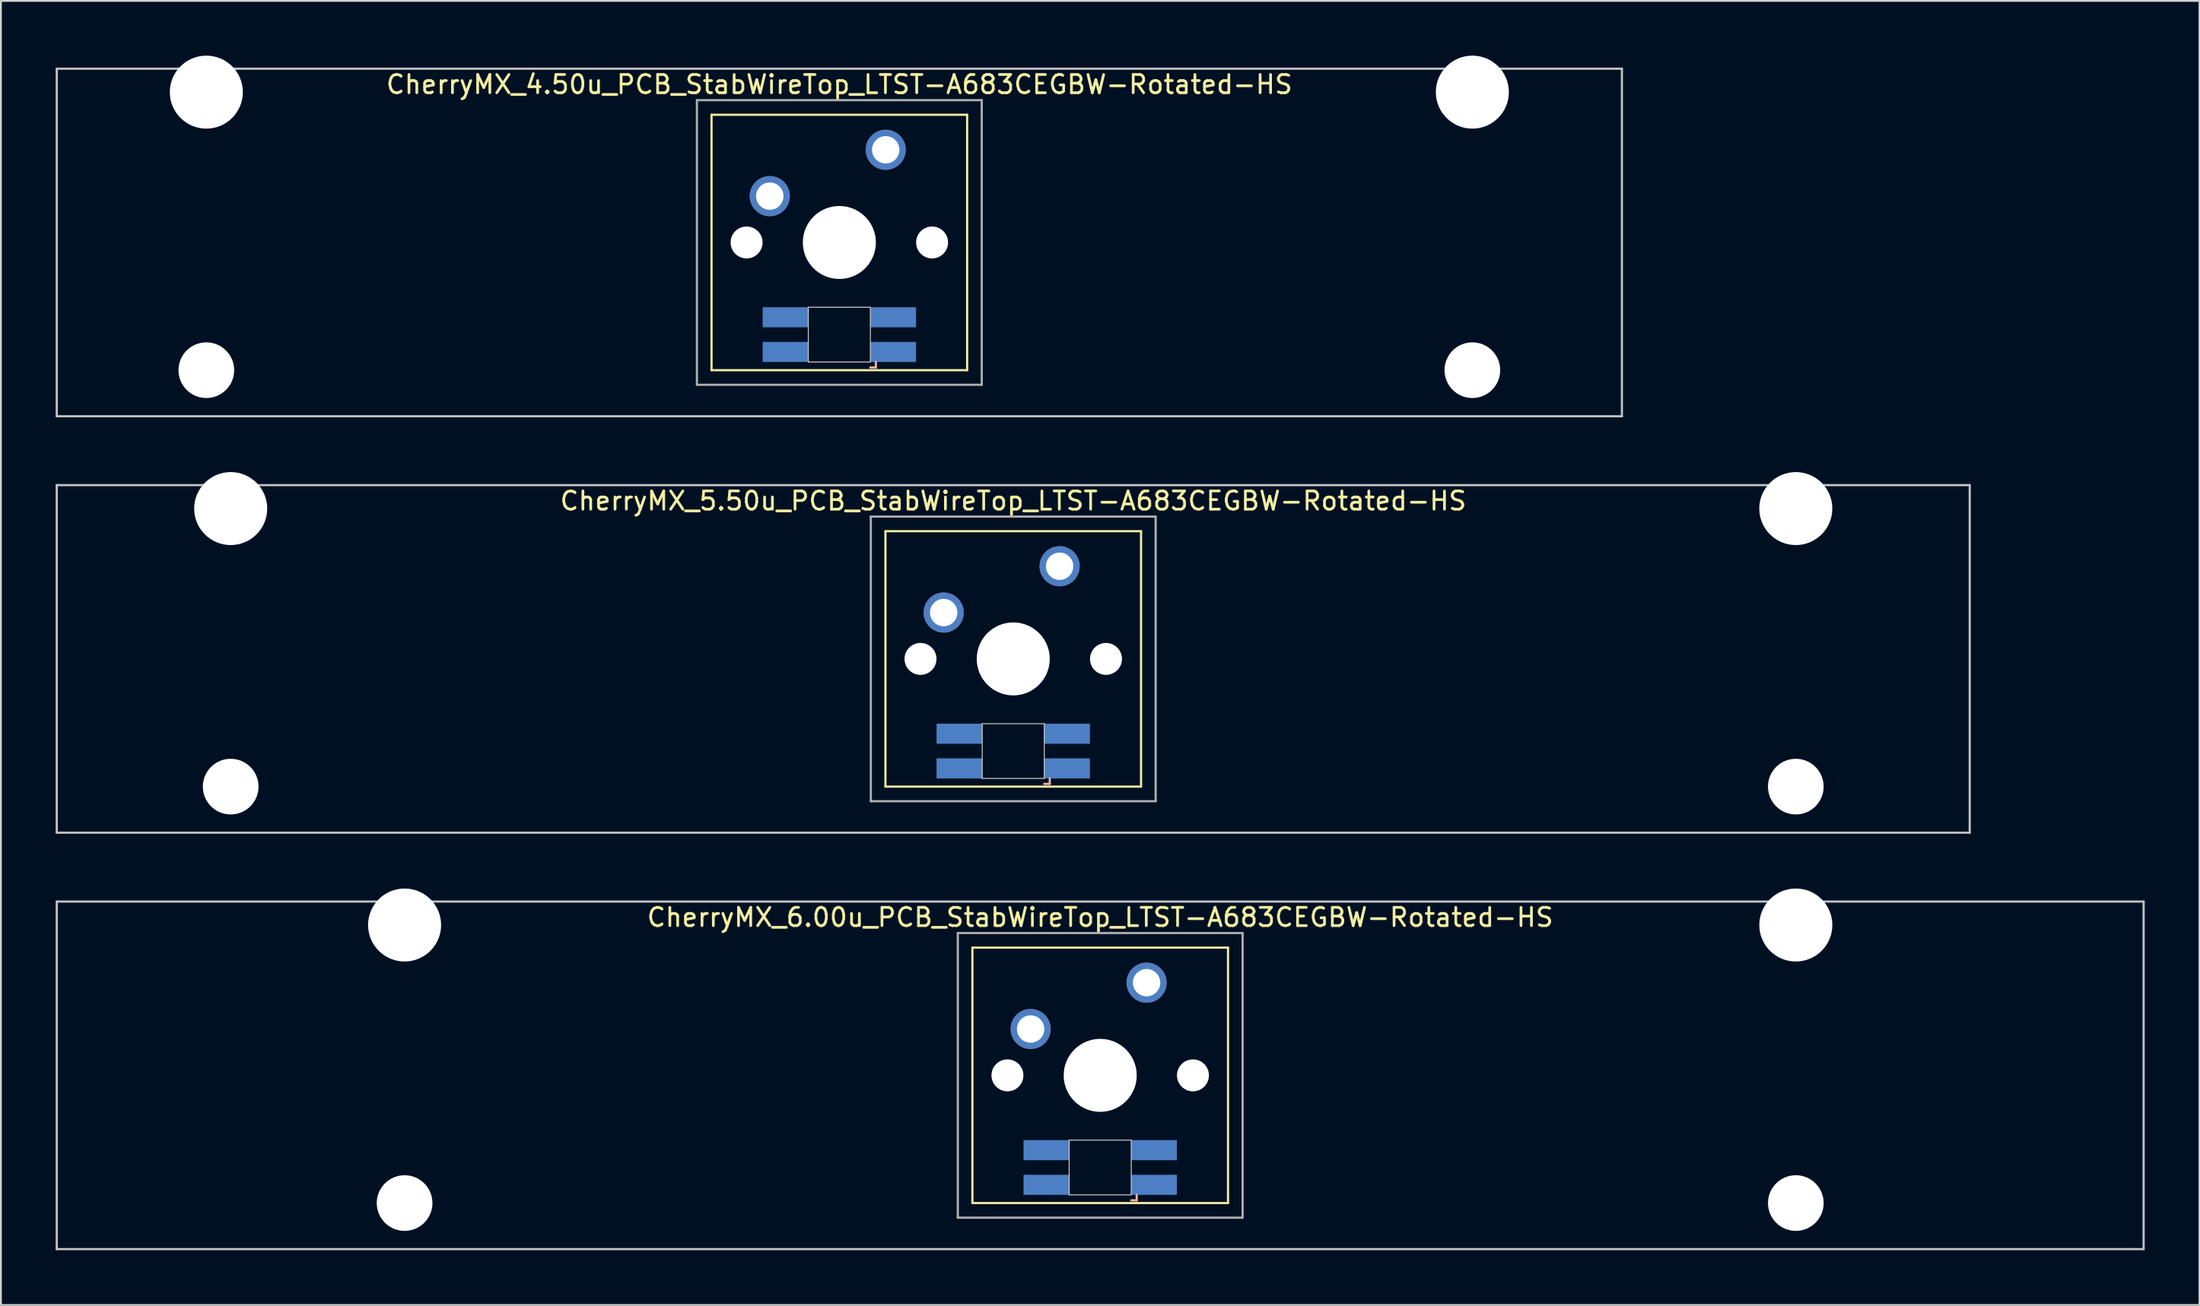
<source format=kicad_pcb>
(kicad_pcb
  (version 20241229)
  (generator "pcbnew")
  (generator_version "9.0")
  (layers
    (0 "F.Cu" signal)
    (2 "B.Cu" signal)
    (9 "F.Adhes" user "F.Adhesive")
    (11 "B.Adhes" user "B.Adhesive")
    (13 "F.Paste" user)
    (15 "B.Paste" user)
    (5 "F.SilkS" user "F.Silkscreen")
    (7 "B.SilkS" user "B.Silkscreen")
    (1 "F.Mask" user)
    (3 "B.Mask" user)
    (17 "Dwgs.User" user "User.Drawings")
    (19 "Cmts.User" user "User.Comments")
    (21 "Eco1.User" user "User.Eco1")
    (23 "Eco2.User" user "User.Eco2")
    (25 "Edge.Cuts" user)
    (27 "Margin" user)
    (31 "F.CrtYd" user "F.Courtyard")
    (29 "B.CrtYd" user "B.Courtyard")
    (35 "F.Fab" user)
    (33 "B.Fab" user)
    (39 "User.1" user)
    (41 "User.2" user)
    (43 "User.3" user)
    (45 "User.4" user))
  (footprint "CherryMX_4.50u_PCB_StabWireTop_LTST-A683CEGBW-Rotated-HS"
    (layer "F.Cu")
    (at 42.922 10.24)
    (property "Reference" "CherryMX_4.50u_PCB_StabWireTop_LTST-A683CEGBW-Rotated-HS" (at 0 -8.662 0) (layer "F.SilkS") (effects (font (size 1 1) (thickness 0.15))))
    (attr through_hole)
    (fp_line (start -7 -7) (end -7 7) (stroke (width 0.12) (type solid)) (layer "F.SilkS"))
    (fp_line (start -7 -7) (end 7 -7) (stroke (width 0.12) (type solid)) (layer "F.SilkS"))
    (fp_line (start 7 -7) (end 7 7) (stroke (width 0.12) (type solid)) (layer "F.SilkS"))
    (fp_line (start 7 7) (end -7 7) (stroke (width 0.12) (type solid)) (layer "F.SilkS"))
    (fp_line (start 1.7 6.85) (end 2 6.85) (stroke (width 0.12) (type solid)) (layer "B.SilkS"))
    (fp_line (start 2 6.85) (end 2 6.55) (stroke (width 0.12) (type solid)) (layer "B.SilkS"))
    (fp_line (start -42.862 -9.525) (end 42.862 -9.525) (stroke (width 0.12) (type solid)) (layer "Dwgs.User"))
    (fp_line (start -42.862 9.525) (end -42.862 -9.525) (stroke (width 0.12) (type solid)) (layer "Dwgs.User"))
    (fp_line (start 42.862 -9.525) (end 42.862 9.525) (stroke (width 0.12) (type solid)) (layer "Dwgs.User"))
    (fp_line (start 42.862 9.525) (end -42.862 9.525) (stroke (width 0.12) (type solid)) (layer "Dwgs.User"))
    (fp_line (start -1.7 3.55) (end 1.7 3.55) (stroke (width 0.05) (type solid)) (layer "Edge.Cuts"))
    (fp_line (start -1.7 6.55) (end -1.7 3.55) (stroke (width 0.05) (type solid)) (layer "Edge.Cuts"))
    (fp_line (start 1.7 3.55) (end 1.7 6.55) (stroke (width 0.05) (type solid)) (layer "Edge.Cuts"))
    (fp_line (start 1.7 6.55) (end -1.7 6.55) (stroke (width 0.05) (type solid)) (layer "Edge.Cuts"))
    (fp_line (start -7.8 -7.8) (end -7.8 7.8) (stroke (width 0.12) (type solid)) (layer "F.Fab"))
    (fp_line (start -7.8 -7.8) (end 7.8 -7.8) (stroke (width 0.12) (type solid)) (layer "F.Fab"))
    (fp_line (start -7.8 7.8) (end 7.8 7.8) (stroke (width 0.12) (type solid)) (layer "F.Fab"))
    (fp_line (start 7.8 -7.8) (end 7.8 7.8) (stroke (width 0.12) (type solid)) (layer "F.Fab"))
    (pad "" np_thru_hole circle (at -34.671 -8.24) (size 4 4) (drill 4) (layers "*.Cu" "*.Mask"))
    (pad "" np_thru_hole circle (at -34.671 7) (size 3.05 3.05) (drill 3.05) (layers "*.Cu" "*.Mask"))
    (pad "" np_thru_hole circle (at -5.08 0) (size 1.75 1.75) (drill 1.75) (layers "*.Cu" "*.Mask"))
    (pad "" np_thru_hole circle (at 0 0) (size 4 4) (drill 4) (layers "*.Cu" "*.Mask"))
    (pad "" np_thru_hole circle (at 5.08 0) (size 1.75 1.75) (drill 1.75) (layers "*.Cu" "*.Mask"))
    (pad "" np_thru_hole circle (at 34.671 -8.24) (size 4 4) (drill 4) (layers "*.Cu" "*.Mask"))
    (pad "" np_thru_hole circle (at 34.671 7) (size 3.05 3.05) (drill 3.05) (layers "*.Cu" "*.Mask"))
    (pad "1" thru_hole circle (at -3.81 -2.54) (size 2.2 2.2) (drill 1.5) (layers "*.Cu" "*.Mask"))
    (pad "2" thru_hole circle (at 2.54 -5.08) (size 2.2 2.2) (drill 1.5) (layers "*.Cu" "*.Mask"))
    (pad "3" smd rect (at 2.95 6) (size 2.5 1.1) (layers "B.Cu" "B.Mask" "B.Paste"))
    (pad "4" smd rect (at 2.95 4.1) (size 2.5 1.1) (layers "B.Cu" "B.Mask" "B.Paste"))
    (pad "5" smd rect (at -2.95 6) (size 2.5 1.1) (layers "B.Cu" "B.Mask" "B.Paste"))
    (pad "6" smd rect (at -2.95 4.1) (size 2.5 1.1) (layers "B.Cu" "B.Mask" "B.Paste")))
  (footprint "CherryMX_5.50u_PCB_StabWireTop_LTST-A683CEGBW-Rotated-HS"
    (layer "F.Cu")
    (at 52.447 33.065)
    (property "Reference" "CherryMX_5.50u_PCB_StabWireTop_LTST-A683CEGBW-Rotated-HS" (at 0 -8.662 0) (layer "F.SilkS") (effects (font (size 1 1) (thickness 0.15))))
    (attr through_hole)
    (fp_line (start -7 -7) (end -7 7) (stroke (width 0.12) (type solid)) (layer "F.SilkS"))
    (fp_line (start -7 -7) (end 7 -7) (stroke (width 0.12) (type solid)) (layer "F.SilkS"))
    (fp_line (start 7 -7) (end 7 7) (stroke (width 0.12) (type solid)) (layer "F.SilkS"))
    (fp_line (start 7 7) (end -7 7) (stroke (width 0.12) (type solid)) (layer "F.SilkS"))
    (fp_line (start 1.7 6.85) (end 2 6.85) (stroke (width 0.12) (type solid)) (layer "B.SilkS"))
    (fp_line (start 2 6.85) (end 2 6.55) (stroke (width 0.12) (type solid)) (layer "B.SilkS"))
    (fp_line (start -52.388 -9.525) (end 52.388 -9.525) (stroke (width 0.12) (type solid)) (layer "Dwgs.User"))
    (fp_line (start -52.388 9.525) (end -52.388 -9.525) (stroke (width 0.12) (type solid)) (layer "Dwgs.User"))
    (fp_line (start 52.388 -9.525) (end 52.388 9.525) (stroke (width 0.12) (type solid)) (layer "Dwgs.User"))
    (fp_line (start 52.388 9.525) (end -52.388 9.525) (stroke (width 0.12) (type solid)) (layer "Dwgs.User"))
    (fp_line (start -1.7 3.55) (end 1.7 3.55) (stroke (width 0.05) (type solid)) (layer "Edge.Cuts"))
    (fp_line (start -1.7 6.55) (end -1.7 3.55) (stroke (width 0.05) (type solid)) (layer "Edge.Cuts"))
    (fp_line (start 1.7 3.55) (end 1.7 6.55) (stroke (width 0.05) (type solid)) (layer "Edge.Cuts"))
    (fp_line (start 1.7 6.55) (end -1.7 6.55) (stroke (width 0.05) (type solid)) (layer "Edge.Cuts"))
    (fp_line (start -7.8 -7.8) (end -7.8 7.8) (stroke (width 0.12) (type solid)) (layer "F.Fab"))
    (fp_line (start -7.8 -7.8) (end 7.8 -7.8) (stroke (width 0.12) (type solid)) (layer "F.Fab"))
    (fp_line (start -7.8 7.8) (end 7.8 7.8) (stroke (width 0.12) (type solid)) (layer "F.Fab"))
    (fp_line (start 7.8 -7.8) (end 7.8 7.8) (stroke (width 0.12) (type solid)) (layer "F.Fab"))
    (pad "" np_thru_hole circle (at -42.862 -8.24) (size 4 4) (drill 4) (layers "*.Cu" "*.Mask"))
    (pad "" np_thru_hole circle (at -42.862 7) (size 3.05 3.05) (drill 3.05) (layers "*.Cu" "*.Mask"))
    (pad "" np_thru_hole circle (at -5.08 0) (size 1.75 1.75) (drill 1.75) (layers "*.Cu" "*.Mask"))
    (pad "" np_thru_hole circle (at 0 0) (size 4 4) (drill 4) (layers "*.Cu" "*.Mask"))
    (pad "" np_thru_hole circle (at 5.08 0) (size 1.75 1.75) (drill 1.75) (layers "*.Cu" "*.Mask"))
    (pad "" np_thru_hole circle (at 42.862 -8.24) (size 4 4) (drill 4) (layers "*.Cu" "*.Mask"))
    (pad "" np_thru_hole circle (at 42.862 7) (size 3.05 3.05) (drill 3.05) (layers "*.Cu" "*.Mask"))
    (pad "1" thru_hole circle (at -3.81 -2.54) (size 2.2 2.2) (drill 1.5) (layers "*.Cu" "*.Mask"))
    (pad "2" thru_hole circle (at 2.54 -5.08) (size 2.2 2.2) (drill 1.5) (layers "*.Cu" "*.Mask"))
    (pad "3" smd rect (at 2.95 6) (size 2.5 1.1) (layers "B.Cu" "B.Mask" "B.Paste"))
    (pad "4" smd rect (at 2.95 4.1) (size 2.5 1.1) (layers "B.Cu" "B.Mask" "B.Paste"))
    (pad "5" smd rect (at -2.95 6) (size 2.5 1.1) (layers "B.Cu" "B.Mask" "B.Paste"))
    (pad "6" smd rect (at -2.95 4.1) (size 2.5 1.1) (layers "B.Cu" "B.Mask" "B.Paste")))
  (footprint "CherryMX_6.00u_PCB_StabWireTop_LTST-A683CEGBW-Rotated-HS"
    (layer "F.Cu")
    (at 57.21 55.89)
    (property "Reference" "CherryMX_6.00u_PCB_StabWireTop_LTST-A683CEGBW-Rotated-HS" (at 0 -8.662 0) (layer "F.SilkS") (effects (font (size 1 1) (thickness 0.15))))
    (attr through_hole)
    (fp_line (start -7 -7) (end -7 7) (stroke (width 0.12) (type solid)) (layer "F.SilkS"))
    (fp_line (start -7 -7) (end 7 -7) (stroke (width 0.12) (type solid)) (layer "F.SilkS"))
    (fp_line (start 7 -7) (end 7 7) (stroke (width 0.12) (type solid)) (layer "F.SilkS"))
    (fp_line (start 7 7) (end -7 7) (stroke (width 0.12) (type solid)) (layer "F.SilkS"))
    (fp_line (start 1.7 6.85) (end 2 6.85) (stroke (width 0.12) (type solid)) (layer "B.SilkS"))
    (fp_line (start 2 6.85) (end 2 6.55) (stroke (width 0.12) (type solid)) (layer "B.SilkS"))
    (fp_line (start -57.15 -9.525) (end 57.15 -9.525) (stroke (width 0.12) (type solid)) (layer "Dwgs.User"))
    (fp_line (start -57.15 9.525) (end -57.15 -9.525) (stroke (width 0.12) (type solid)) (layer "Dwgs.User"))
    (fp_line (start 57.15 -9.525) (end 57.15 9.525) (stroke (width 0.12) (type solid)) (layer "Dwgs.User"))
    (fp_line (start 57.15 9.525) (end -57.15 9.525) (stroke (width 0.12) (type solid)) (layer "Dwgs.User"))
    (fp_line (start -1.7 3.55) (end 1.7 3.55) (stroke (width 0.05) (type solid)) (layer "Edge.Cuts"))
    (fp_line (start -1.7 6.55) (end -1.7 3.55) (stroke (width 0.05) (type solid)) (layer "Edge.Cuts"))
    (fp_line (start 1.7 3.55) (end 1.7 6.55) (stroke (width 0.05) (type solid)) (layer "Edge.Cuts"))
    (fp_line (start 1.7 6.55) (end -1.7 6.55) (stroke (width 0.05) (type solid)) (layer "Edge.Cuts"))
    (fp_line (start -7.8 -7.8) (end -7.8 7.8) (stroke (width 0.12) (type solid)) (layer "F.Fab"))
    (fp_line (start -7.8 -7.8) (end 7.8 -7.8) (stroke (width 0.12) (type solid)) (layer "F.Fab"))
    (fp_line (start -7.8 7.8) (end 7.8 7.8) (stroke (width 0.12) (type solid)) (layer "F.Fab"))
    (fp_line (start 7.8 -7.8) (end 7.8 7.8) (stroke (width 0.12) (type solid)) (layer "F.Fab"))
    (pad "" np_thru_hole circle (at -38.1 -8.24) (size 4 4) (drill 4) (layers "*.Cu" "*.Mask"))
    (pad "" np_thru_hole circle (at -38.1 7) (size 3.05 3.05) (drill 3.05) (layers "*.Cu" "*.Mask"))
    (pad "" np_thru_hole circle (at -5.08 0) (size 1.75 1.75) (drill 1.75) (layers "*.Cu" "*.Mask"))
    (pad "" np_thru_hole circle (at 0 0) (size 4 4) (drill 4) (layers "*.Cu" "*.Mask"))
    (pad "" np_thru_hole circle (at 5.08 0) (size 1.75 1.75) (drill 1.75) (layers "*.Cu" "*.Mask"))
    (pad "" np_thru_hole circle (at 38.1 -8.24) (size 4 4) (drill 4) (layers "*.Cu" "*.Mask"))
    (pad "" np_thru_hole circle (at 38.1 7) (size 3.05 3.05) (drill 3.05) (layers "*.Cu" "*.Mask"))
    (pad "1" thru_hole circle (at -3.81 -2.54) (size 2.2 2.2) (drill 1.5) (layers "*.Cu" "*.Mask"))
    (pad "2" thru_hole circle (at 2.54 -5.08) (size 2.2 2.2) (drill 1.5) (layers "*.Cu" "*.Mask"))
    (pad "3" smd rect (at 2.95 6) (size 2.5 1.1) (layers "B.Cu" "B.Mask" "B.Paste"))
    (pad "4" smd rect (at 2.95 4.1) (size 2.5 1.1) (layers "B.Cu" "B.Mask" "B.Paste"))
    (pad "5" smd rect (at -2.95 6) (size 2.5 1.1) (layers "B.Cu" "B.Mask" "B.Paste"))
    (pad "6" smd rect (at -2.95 4.1) (size 2.5 1.1) (layers "B.Cu" "B.Mask" "B.Paste")))
  (gr_rect
    (start -3 -3)
    (end 117.42 68.475)
    (stroke (width 0.1) (type default))
    (fill no)
    (layer "Edge.Cuts")))
</source>
